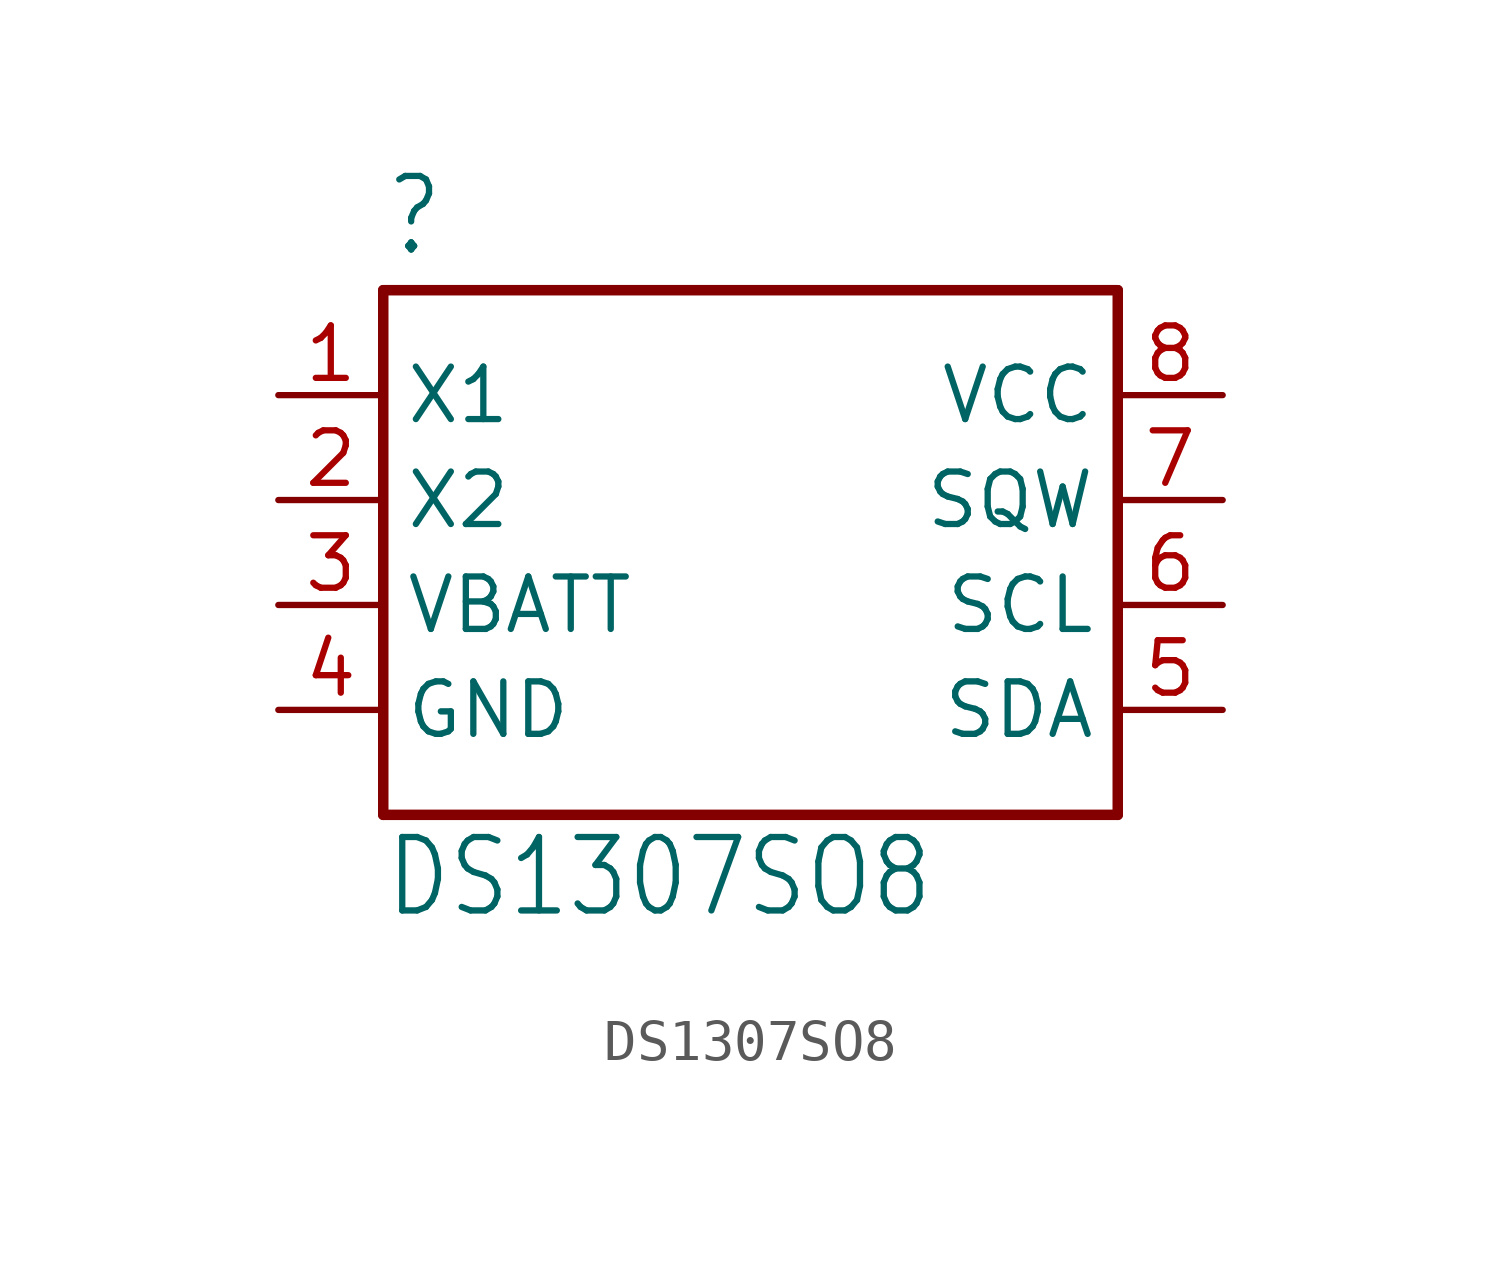
<source format=kicad_sym>
(kicad_symbol_lib
  (version 20211014)
  (generator kicad_symbol_editor)
  (symbol "DS1307SO8"
    (property "Reference" ""
      (at -7.62 5.842 0)
      (effects (font (size 1.778 1.511)) (justify left bottom)))
    (property "Value" "DS1307SO8"
      (at -7.62 -10.16 0)
      (effects (font (size 1.778 1.511)) (justify left bottom)))
    (property "ki_locked" ""
      (at 0 0 0)
      (effects (font (size 1.27 1.27))))
    (symbol "DS1307SO8_1_0"
      (polyline (pts (xy -7.62 -7.62) (xy -7.62 5.08)) (stroke (width 0.254) (type default) (color 0 0 0 0)) (fill (type none)))
      (polyline (pts (xy -7.62 5.08) (xy 10.16 5.08)) (stroke (width 0.254) (type default) (color 0 0 0 0)) (fill (type none)))
      (polyline (pts (xy 10.16 -7.62) (xy -7.62 -7.62)) (stroke (width 0.254) (type default) (color 0 0 0 0)) (fill (type none)))
      (polyline (pts (xy 10.16 5.08) (xy 10.16 -7.62)) (stroke (width 0.254) (type default) (color 0 0 0 0)) (fill (type none)))
      (pin bidirectional line (at -10.16 2.54 0) (length 2.54) (name "X1" (effects (font (size 1.27 1.27)))) (number "1" (effects (font (size 1.27 1.27)))))
      (pin bidirectional line (at -10.16 0 0) (length 2.54) (name "X2" (effects (font (size 1.27 1.27)))) (number "2" (effects (font (size 1.27 1.27)))))
      (pin bidirectional line (at -10.16 -2.54 0) (length 2.54) (name "VBATT" (effects (font (size 1.27 1.27)))) (number "3" (effects (font (size 1.27 1.27)))))
      (pin bidirectional line (at -10.16 -5.08 0) (length 2.54) (name "GND" (effects (font (size 1.27 1.27)))) (number "4" (effects (font (size 1.27 1.27)))))
      (pin bidirectional line (at 12.7 -5.08 180) (length 2.54) (name "SDA" (effects (font (size 1.27 1.27)))) (number "5" (effects (font (size 1.27 1.27)))))
      (pin bidirectional line (at 12.7 -2.54 180) (length 2.54) (name "SCL" (effects (font (size 1.27 1.27)))) (number "6" (effects (font (size 1.27 1.27)))))
      (pin bidirectional line (at 12.7 0 180) (length 2.54) (name "SQW" (effects (font (size 1.27 1.27)))) (number "7" (effects (font (size 1.27 1.27)))))
      (pin bidirectional line (at 12.7 2.54 180) (length 2.54) (name "VCC" (effects (font (size 1.27 1.27)))) (number "8" (effects (font (size 1.27 1.27))))))))
</source>
